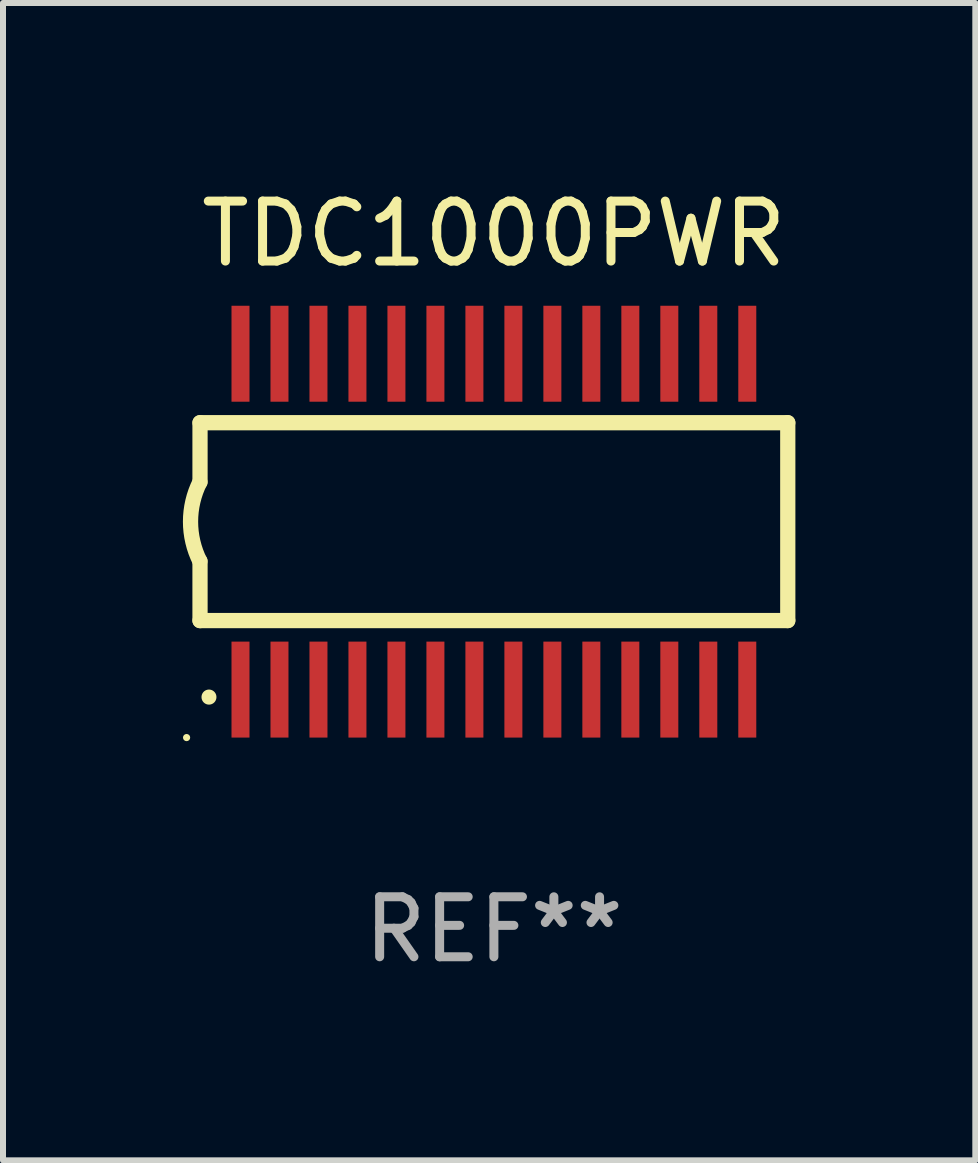
<source format=kicad_pcb>
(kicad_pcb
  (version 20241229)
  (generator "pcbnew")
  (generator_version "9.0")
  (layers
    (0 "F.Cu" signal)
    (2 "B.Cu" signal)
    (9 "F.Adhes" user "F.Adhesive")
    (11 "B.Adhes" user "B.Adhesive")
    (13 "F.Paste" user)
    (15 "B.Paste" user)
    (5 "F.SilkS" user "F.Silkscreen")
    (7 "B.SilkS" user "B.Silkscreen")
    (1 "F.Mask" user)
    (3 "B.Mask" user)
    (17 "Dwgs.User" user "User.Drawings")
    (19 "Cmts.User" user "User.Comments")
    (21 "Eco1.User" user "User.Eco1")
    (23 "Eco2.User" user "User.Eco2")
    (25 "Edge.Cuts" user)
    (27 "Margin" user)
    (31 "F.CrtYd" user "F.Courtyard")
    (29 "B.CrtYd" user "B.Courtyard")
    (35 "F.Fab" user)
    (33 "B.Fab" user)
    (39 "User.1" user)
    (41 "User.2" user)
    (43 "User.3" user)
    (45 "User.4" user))
  (footprint "TDC1000PWR"
    (layer "F.Cu")
    (at 5.185 5.648)
    (property "Reference" "TDC1000PWR" (at 0 -4.8 0) (layer "F.SilkS") (effects (font (size 1 1) (thickness 0.15))))
    (attr through_hole)
    (fp_line (start -4.9 -1.65) (end -4.9 -0.66) (stroke (width 0.254) (type solid)) (layer "F.SilkS"))
    (fp_line (start -4.9 1.65) (end -4.9 0.659) (stroke (width 0.254) (type solid)) (layer "F.SilkS"))
    (fp_line (start -4.9 -1.65) (end 4.9 -1.65) (stroke (width 0.254) (type solid)) (layer "F.SilkS"))
    (fp_line (start -4.9 1.649) (end 4.9 1.649) (stroke (width 0.254) (type solid)) (layer "F.SilkS"))
    (fp_line (start 4.9 -1.65) (end 4.9 1.649) (stroke (width 0.254) (type solid)) (layer "F.SilkS"))
    (fp_arc (start -4.902197 0.659894) (mid -5.058097 -0.000508) (end -4.902197 -0.660909) (stroke (width 0.254001) (type solid)) (layer "F.SilkS"))
    (fp_arc (start -4.750711 2.926238) (mid -4.750717 2.924968) (end -4.750711 2.923698) (stroke (width 0.24892) (type solid)) (layer "F.SilkS"))
    (fp_circle (center -5.124 3.6) (end -5.094 3.6) (stroke (width 0.06) (type solid)) (fill no) (layer "F.SilkS"))
    (fp_text user "REF**" (at 0 6.8 0) (layer "F.Fab") (effects (font (size 1 1) (thickness 0.15))))
    (pad "1" smd rect (at -4.225 2.8 90) (size 1.6 0.3) (layers "F.Cu" "F.Mask" "F.Paste"))
    (pad "2" smd rect (at -3.575 2.8 90) (size 1.6 0.3) (layers "F.Cu" "F.Mask" "F.Paste"))
    (pad "3" smd rect (at -2.925 2.8 90) (size 1.6 0.3) (layers "F.Cu" "F.Mask" "F.Paste"))
    (pad "4" smd rect (at -2.275 2.8 90) (size 1.6 0.3) (layers "F.Cu" "F.Mask" "F.Paste"))
    (pad "5" smd rect (at -1.625 2.8 90) (size 1.6 0.3) (layers "F.Cu" "F.Mask" "F.Paste"))
    (pad "6" smd rect (at -0.975 2.8 90) (size 1.6 0.3) (layers "F.Cu" "F.Mask" "F.Paste"))
    (pad "7" smd rect (at -0.325 2.8 90) (size 1.6 0.3) (layers "F.Cu" "F.Mask" "F.Paste"))
    (pad "8" smd rect (at 0.325 2.8 90) (size 1.6 0.3) (layers "F.Cu" "F.Mask" "F.Paste"))
    (pad "9" smd rect (at 0.975 2.8 90) (size 1.6 0.3) (layers "F.Cu" "F.Mask" "F.Paste"))
    (pad "10" smd rect (at 1.625 2.8 90) (size 1.6 0.3) (layers "F.Cu" "F.Mask" "F.Paste"))
    (pad "11" smd rect (at 2.275 2.8 90) (size 1.6 0.3) (layers "F.Cu" "F.Mask" "F.Paste"))
    (pad "12" smd rect (at 2.925 2.8 90) (size 1.6 0.3) (layers "F.Cu" "F.Mask" "F.Paste"))
    (pad "13" smd rect (at 3.575 2.8 90) (size 1.6 0.3) (layers "F.Cu" "F.Mask" "F.Paste"))
    (pad "14" smd rect (at 4.225 2.8 90) (size 1.6 0.3) (layers "F.Cu" "F.Mask" "F.Paste"))
    (pad "15" smd rect (at 4.225 -2.8 90) (size 1.6 0.3) (layers "F.Cu" "F.Mask" "F.Paste"))
    (pad "16" smd rect (at 3.575 -2.8 90) (size 1.6 0.3) (layers "F.Cu" "F.Mask" "F.Paste"))
    (pad "17" smd rect (at 2.925 -2.8 90) (size 1.6 0.3) (layers "F.Cu" "F.Mask" "F.Paste"))
    (pad "18" smd rect (at 2.275 -2.8 90) (size 1.6 0.3) (layers "F.Cu" "F.Mask" "F.Paste"))
    (pad "19" smd rect (at 1.625 -2.8 90) (size 1.6 0.3) (layers "F.Cu" "F.Mask" "F.Paste"))
    (pad "20" smd rect (at 0.975 -2.8 90) (size 1.6 0.3) (layers "F.Cu" "F.Mask" "F.Paste"))
    (pad "21" smd rect (at 0.325 -2.8 90) (size 1.6 0.3) (layers "F.Cu" "F.Mask" "F.Paste"))
    (pad "22" smd rect (at -0.325 -2.8 90) (size 1.6 0.3) (layers "F.Cu" "F.Mask" "F.Paste"))
    (pad "23" smd rect (at -0.975 -2.8 90) (size 1.6 0.3) (layers "F.Cu" "F.Mask" "F.Paste"))
    (pad "24" smd rect (at -1.625 -2.8 90) (size 1.6 0.3) (layers "F.Cu" "F.Mask" "F.Paste"))
    (pad "25" smd rect (at -2.275 -2.8 90) (size 1.6 0.3) (layers "F.Cu" "F.Mask" "F.Paste"))
    (pad "26" smd rect (at -2.925 -2.8 90) (size 1.6 0.3) (layers "F.Cu" "F.Mask" "F.Paste"))
    (pad "27" smd rect (at -3.575 -2.8 90) (size 1.6 0.3) (layers "F.Cu" "F.Mask" "F.Paste"))
    (pad "28" smd rect (at -4.225 -2.8 90) (size 1.6 0.3) (layers "F.Cu" "F.Mask" "F.Paste")))
  (gr_rect
    (start -3 -3)
    (end 13.212 16.297)
    (stroke (width 0.1) (type default))
    (fill no)
    (layer "Edge.Cuts")))
</source>
